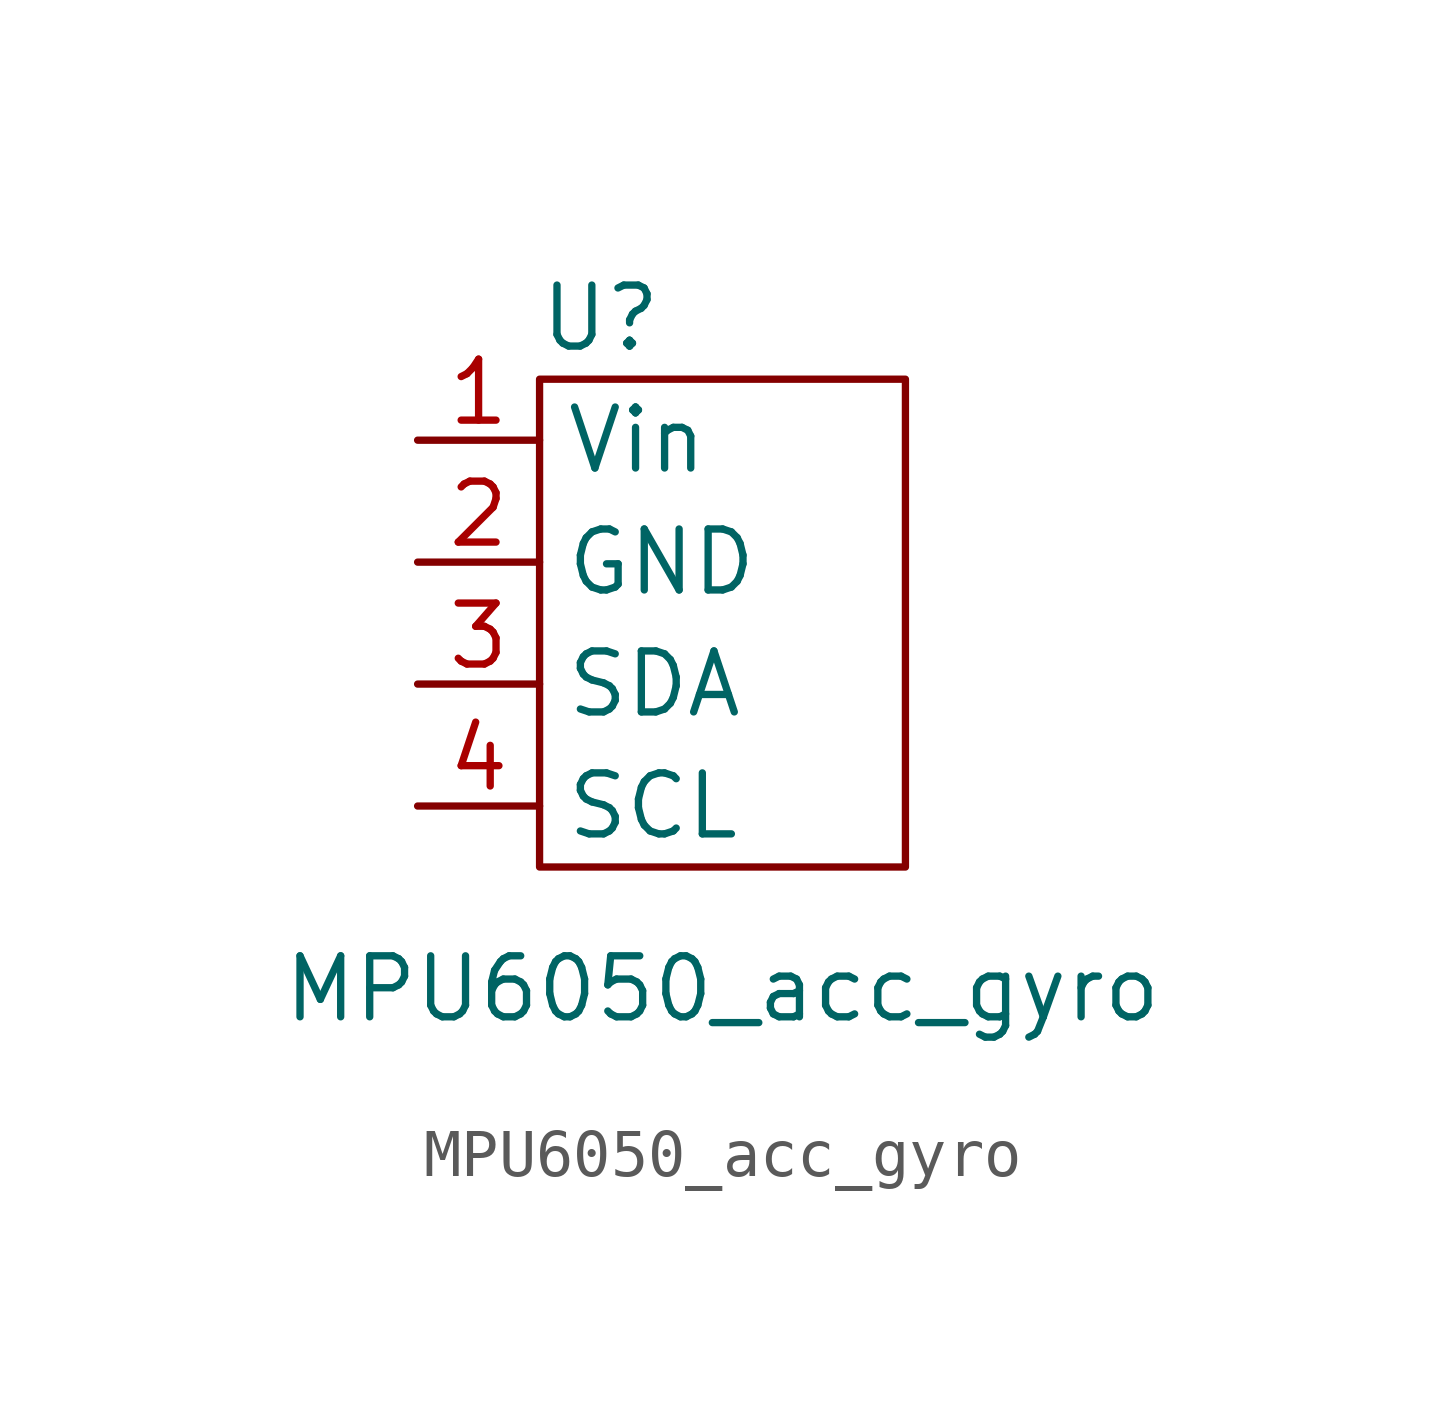
<source format=kicad_sym>
(kicad_symbol_lib
  (version 20211014)
  (generator kicad_symbol_editor)
  (symbol "MPU6050_acc_gyro"
    (property "Reference" "U"
      (at -2.54 5.08 0)
      (effects (font (size 1.27 1.27))))
    (property "Value" "MPU6050_acc_gyro"
      (at 0 -8.89 0)
      (effects (font (size 1.27 1.27))))
    (symbol "MPU6050_acc_gyro_0_1"
      (rectangle (start -3.81 3.81) (end 3.81 -6.35) (stroke (width 0) (type default) (color 0 0 0 0)) (fill (type none))))
    (symbol "MPU6050_acc_gyro_1_1"
      (pin input line (at -6.35 2.54 0) (length 2.54) (name "Vin" (effects (font (size 1.27 1.27)))) (number "1" (effects (font (size 1.27 1.27)))))
      (pin passive line (at -6.35 0 0) (length 2.54) (name "GND" (effects (font (size 1.27 1.27)))) (number "2" (effects (font (size 1.27 1.27)))))
      (pin bidirectional line (at -6.35 -2.54 0) (length 2.54) (name "SDA" (effects (font (size 1.27 1.27)))) (number "3" (effects (font (size 1.27 1.27)))))
      (pin bidirectional line (at -6.35 -5.08 0) (length 2.54) (name "SCL" (effects (font (size 1.27 1.27)))) (number "4" (effects (font (size 1.27 1.27))))))))
</source>
